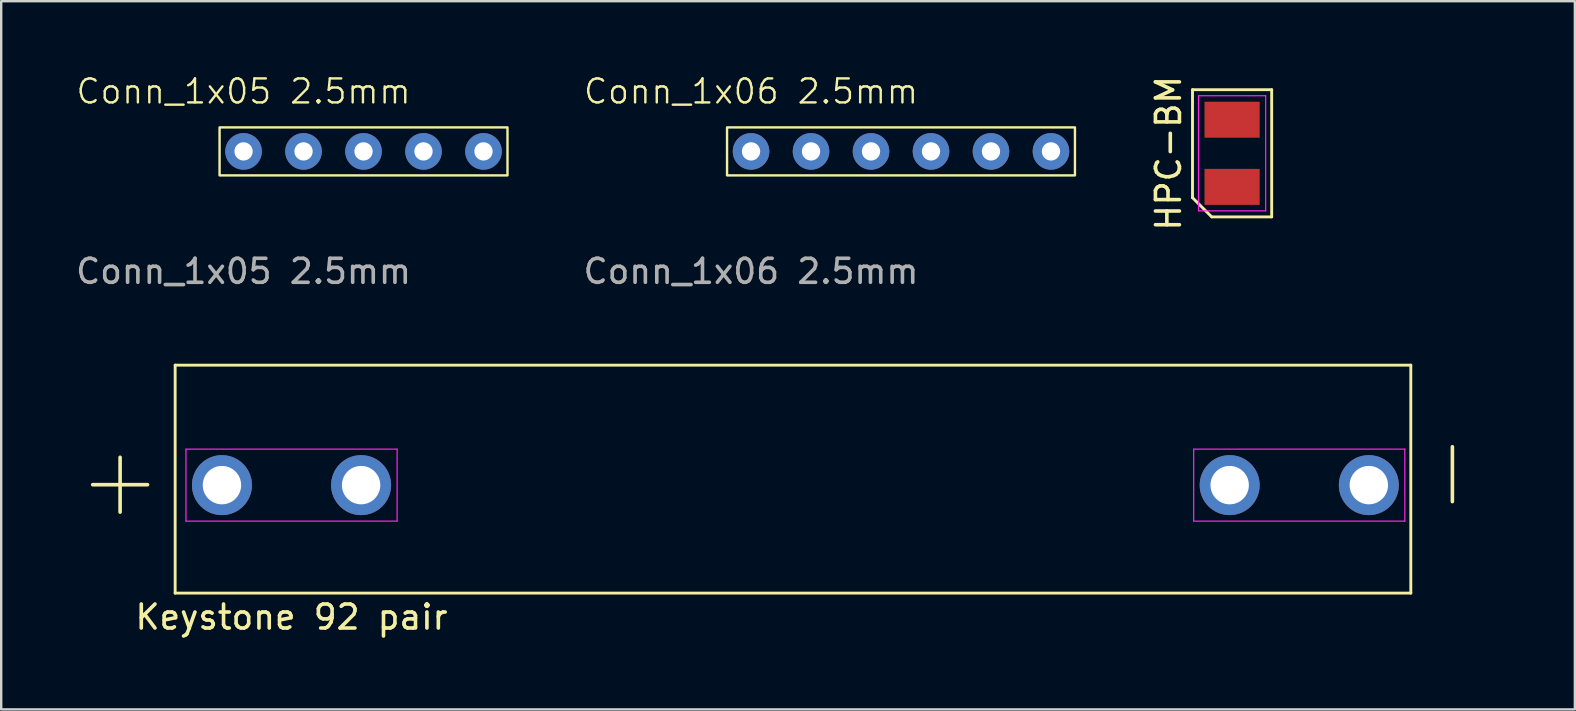
<source format=kicad_pcb>
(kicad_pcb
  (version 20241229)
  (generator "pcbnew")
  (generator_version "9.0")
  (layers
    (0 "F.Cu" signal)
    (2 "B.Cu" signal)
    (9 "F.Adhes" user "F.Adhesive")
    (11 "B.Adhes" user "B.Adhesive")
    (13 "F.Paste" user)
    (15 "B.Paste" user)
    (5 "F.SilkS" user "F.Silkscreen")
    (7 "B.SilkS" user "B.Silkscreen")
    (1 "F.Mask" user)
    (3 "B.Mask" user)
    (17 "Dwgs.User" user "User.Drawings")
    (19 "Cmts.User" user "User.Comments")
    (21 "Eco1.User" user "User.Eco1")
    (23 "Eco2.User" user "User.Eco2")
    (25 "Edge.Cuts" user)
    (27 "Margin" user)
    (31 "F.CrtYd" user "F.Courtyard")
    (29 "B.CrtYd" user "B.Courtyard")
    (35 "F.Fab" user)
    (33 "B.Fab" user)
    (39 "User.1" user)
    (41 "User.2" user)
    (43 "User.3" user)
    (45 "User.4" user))
  (footprint "Conn_1x05 2.5mm"
    (layer "F.Cu")
    (at 7.101 3.26)
    (property "Reference" "Conn_1x05 2.5mm" (at 0 -2.5 0) (unlocked yes) (layer "F.SilkS") (effects (font (size 1 1) (thickness 0.1))))
    (attr through_hole)
    (fp_rect (start -1 -1) (end 11 1) (stroke (width 0.1) (type default)) (fill no) (layer "F.SilkS"))
    (fp_text user "${REFERENCE}" (at 0 5 0) (unlocked yes) (layer "F.Fab") (effects (font (size 1 1) (thickness 0.15))))
    (pad "1" thru_hole circle (at 0 0) (size 1.524 1.524) (drill 0.762) (layers "*.Cu" "*.Mask"))
    (pad "2" thru_hole circle (at 2.5 0) (size 1.524 1.524) (drill 0.762) (layers "*.Cu" "*.Mask"))
    (pad "3" thru_hole circle (at 5 0) (size 1.524 1.524) (drill 0.762) (layers "*.Cu" "*.Mask"))
    (pad "4" thru_hole circle (at 7.5 0) (size 1.524 1.524) (drill 0.762) (layers "*.Cu" "*.Mask"))
    (pad "5" thru_hole circle (at 10 0) (size 1.524 1.524) (drill 0.762) (layers "*.Cu" "*.Mask")))
  (footprint "HPC-BM"
    (layer "F.Cu")
    (at 48.301 3.339)
    (property "Reference" "HPC-BM" (at -2.65 0 90) (layer "F.SilkS") (effects (font (size 1 1) (thickness 0.15))))
    (attr smd)
    (fp_line (start -1.65 -2.65) (end 1.65 -2.65) (stroke (width 0.12) (type default)) (layer "F.SilkS"))
    (fp_line (start -1.65 1.85) (end -1.65 -2.65) (stroke (width 0.12) (type default)) (layer "F.SilkS"))
    (fp_line (start -0.85 2.65) (end -1.65 1.85) (stroke (width 0.12) (type default)) (layer "F.SilkS"))
    (fp_line (start 1.65 -2.65) (end 1.65 2.65) (stroke (width 0.12) (type default)) (layer "F.SilkS"))
    (fp_line (start 1.65 2.65) (end -0.85 2.65) (stroke (width 0.12) (type default)) (layer "F.SilkS"))
    (fp_line (start -1.4 -2.4) (end 1.4 -2.4) (stroke (width 0.05) (type default)) (layer "F.CrtYd"))
    (fp_line (start -1.4 2.4) (end -1.4 -2.4) (stroke (width 0.05) (type default)) (layer "F.CrtYd"))
    (fp_line (start 1.4 -2.4) (end 1.4 2.4) (stroke (width 0.05) (type default)) (layer "F.CrtYd"))
    (fp_line (start 1.4 2.4) (end -1.4 2.4) (stroke (width 0.05) (type default)) (layer "F.CrtYd"))
    (pad "1" smd rect (at 0 1.4) (size 2.3 1.5) (layers "F.Cu" "F.Mask" "F.Paste"))
    (pad "2" smd rect (at 0 -1.4) (size 2.3 1.5) (layers "F.Cu" "F.Mask" "F.Paste")))
  (footprint "Keystone 92 pair"
    (layer "F.Cu")
    (at 9.5 19.669)
    (property "Reference" "Keystone 92 pair" (at -0.4 3 0) (layer "F.SilkS") (effects (font (size 1 1) (thickness 0.15))))
    (attr through_hole)
    (fp_line (start -5.25 -7.5) (end 46.25 -7.5) (stroke (width 0.12) (type default)) (layer "F.SilkS"))
    (fp_line (start -5.25 2) (end -5.25 -7.5) (stroke (width 0.12) (type default)) (layer "F.SilkS"))
    (fp_line (start 46.25 -7.5) (end 46.25 2) (stroke (width 0.12) (type default)) (layer "F.SilkS"))
    (fp_line (start 46.25 2) (end -5.25 2) (stroke (width 0.12) (type default)) (layer "F.SilkS"))
    (fp_line (start -4.8 -4) (end 4 -4) (stroke (width 0.05) (type default)) (layer "F.CrtYd"))
    (fp_line (start -4.8 -1) (end -4.8 -4) (stroke (width 0.05) (type default)) (layer "F.CrtYd"))
    (fp_line (start 4 -4) (end 4 -1) (stroke (width 0.05) (type default)) (layer "F.CrtYd"))
    (fp_line (start 4 -1) (end -4.8 -1) (stroke (width 0.05) (type default)) (layer "F.CrtYd"))
    (fp_line (start 37.2 -4) (end 46 -4) (stroke (width 0.05) (type default)) (layer "F.CrtYd"))
    (fp_line (start 37.2 -1) (end 37.2 -4) (stroke (width 0.05) (type default)) (layer "F.CrtYd"))
    (fp_line (start 46 -4) (end 46 -1) (stroke (width 0.05) (type default)) (layer "F.CrtYd"))
    (fp_line (start 46 -1) (end 37.2 -1) (stroke (width 0.05) (type default)) (layer "F.CrtYd"))
    (fp_text user "-" (at 49.5 -1 90) (unlocked yes) (layer "F.SilkS") (effects (font (size 3 3) (thickness 0.15)) (justify left bottom)))
    (fp_text user "+" (at -9.5 -1 0) (unlocked yes) (layer "F.SilkS") (effects (font (size 3 3) (thickness 0.15)) (justify left bottom)))
    (pad "1" thru_hole circle (at -3.3 -2.5) (size 2.5 2.5) (drill 1.6) (layers "*.Cu" "*.Mask"))
    (pad "1" thru_hole circle (at 2.5 -2.5) (size 2.5 2.5) (drill 1.6) (layers "*.Cu" "*.Mask"))
    (pad "2" thru_hole circle (at 38.7 -2.5) (size 2.5 2.5) (drill 1.6) (layers "*.Cu" "*.Mask"))
    (pad "2" thru_hole circle (at 44.5 -2.5) (size 2.5 2.5) (drill 1.6) (layers "*.Cu" "*.Mask")))
  (footprint "Conn_1x06 2.5mm"
    (layer "F.Cu")
    (at 28.252 3.26)
    (property "Reference" "Conn_1x06 2.5mm" (at 0 -2.5 0) (unlocked yes) (layer "F.SilkS") (effects (font (size 1 1) (thickness 0.1))))
    (attr through_hole)
    (fp_rect (start -1 -1) (end 13.5 1) (stroke (width 0.1) (type default)) (fill no) (layer "F.SilkS"))
    (fp_text user "${REFERENCE}" (at 0 5 0) (unlocked yes) (layer "F.Fab") (effects (font (size 1 1) (thickness 0.15))))
    (pad "1" thru_hole circle (at 0 0) (size 1.524 1.524) (drill 0.762) (layers "*.Cu" "*.Mask"))
    (pad "2" thru_hole circle (at 2.5 0) (size 1.524 1.524) (drill 0.762) (layers "*.Cu" "*.Mask"))
    (pad "3" thru_hole circle (at 5 0) (size 1.524 1.524) (drill 0.762) (layers "*.Cu" "*.Mask"))
    (pad "4" thru_hole circle (at 7.5 0) (size 1.524 1.524) (drill 0.762) (layers "*.Cu" "*.Mask"))
    (pad "5" thru_hole circle (at 10 0) (size 1.524 1.524) (drill 0.762) (layers "*.Cu" "*.Mask"))
    (pad "6" thru_hole circle (at 12.5 0) (size 1.524 1.524) (drill 0.762) (layers "*.Cu" "*.Mask")))
  (gr_rect
    (start -3 -3)
    (end 62.587 26.517)
    (stroke (width 0.1) (type default))
    (fill no)
    (layer "Edge.Cuts")))
</source>
